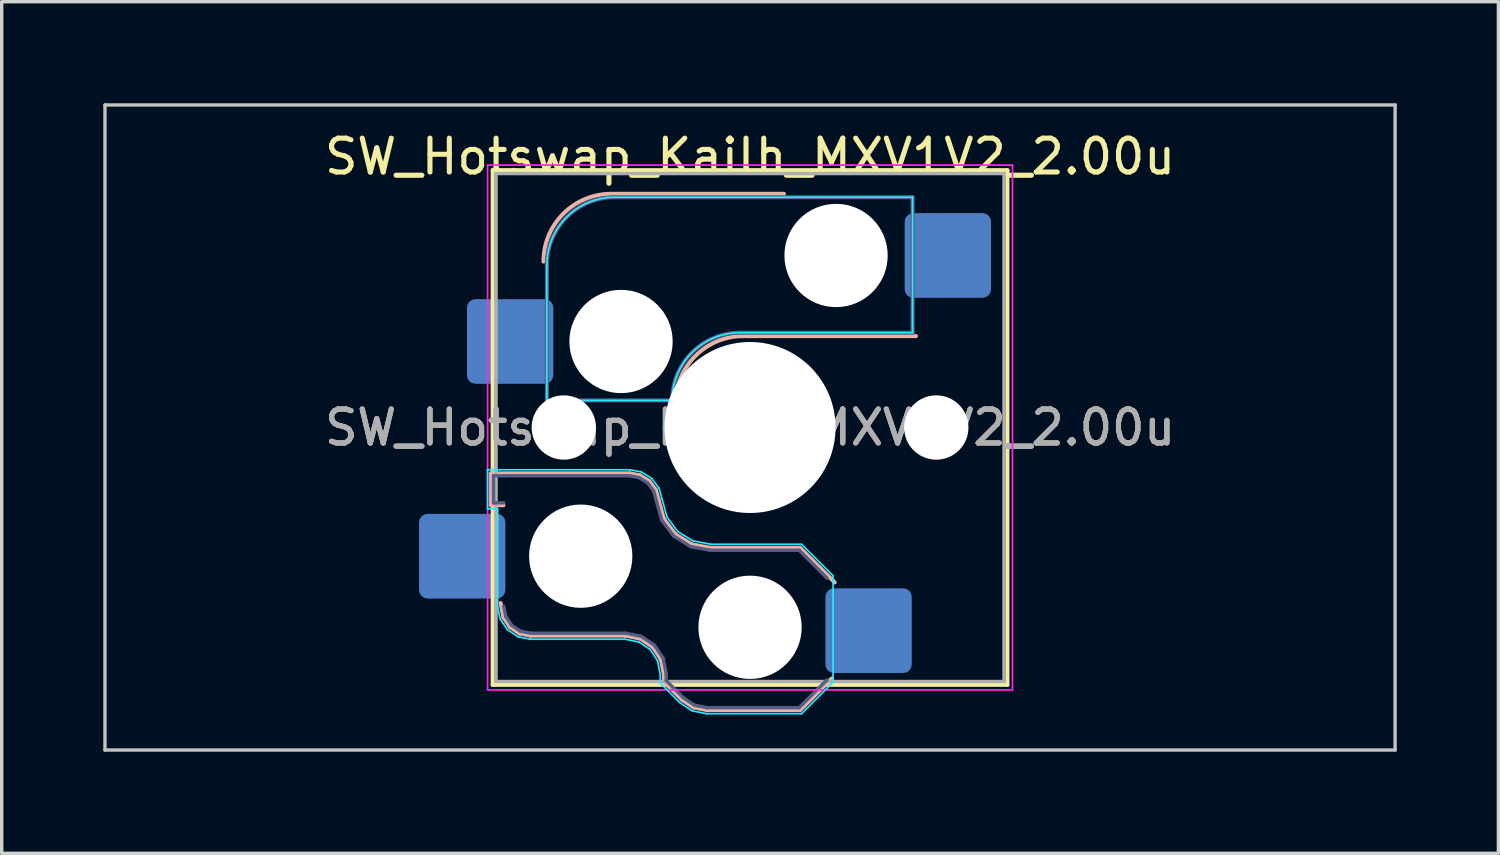
<source format=kicad_pcb>
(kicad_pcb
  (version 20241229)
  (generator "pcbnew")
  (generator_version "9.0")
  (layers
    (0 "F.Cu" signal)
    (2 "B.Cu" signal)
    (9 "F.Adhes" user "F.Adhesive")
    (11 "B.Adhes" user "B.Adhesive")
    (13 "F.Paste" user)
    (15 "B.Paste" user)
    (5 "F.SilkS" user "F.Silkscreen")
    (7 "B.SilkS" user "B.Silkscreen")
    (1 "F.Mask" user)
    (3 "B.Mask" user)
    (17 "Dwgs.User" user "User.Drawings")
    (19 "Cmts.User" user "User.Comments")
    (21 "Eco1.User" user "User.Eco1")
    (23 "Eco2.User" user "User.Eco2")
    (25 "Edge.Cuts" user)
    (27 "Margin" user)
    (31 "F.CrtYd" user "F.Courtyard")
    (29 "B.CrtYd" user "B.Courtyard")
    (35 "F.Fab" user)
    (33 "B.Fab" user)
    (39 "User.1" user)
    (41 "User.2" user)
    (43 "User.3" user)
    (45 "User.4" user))
  (footprint "SW_Hotswap_Kailh_MXV1V2_2.00u"
    (layer "F.Cu")
    (at 19.1 9.575)
    (property "Reference" "SW_Hotswap_Kailh_MXV1V2_2.00u" (at 0 -8 0) (layer "F.SilkS") (effects (font (size 1 1) (thickness 0.15))))
    (attr smd)
    (fp_line (start -7.6 -7.6) (end -7.6 7.6) (stroke (width 0.12) (type solid)) (layer "F.SilkS"))
    (fp_line (start -7.6 7.6) (end 7.6 7.6) (stroke (width 0.12) (type solid)) (layer "F.SilkS"))
    (fp_line (start 7.6 -7.6) (end -7.6 -7.6) (stroke (width 0.12) (type solid)) (layer "F.SilkS"))
    (fp_line (start 7.6 7.6) (end 7.6 -7.6) (stroke (width 0.12) (type solid)) (layer "F.SilkS"))
    (fp_line (start -7.646 1.354) (end -3.56 1.354) (stroke (width 0.12) (type solid)) (layer "B.SilkS"))
    (fp_line (start -7.646 2.296) (end -7.646 1.354) (stroke (width 0.12) (type solid)) (layer "B.SilkS"))
    (fp_line (start -7.283 2.296) (end -7.646 2.296) (stroke (width 0.12) (type solid)) (layer "B.SilkS"))
    (fp_line (start -7.281 5.609) (end -7.366 5.182) (stroke (width 0.12) (type solid)) (layer "B.SilkS"))
    (fp_line (start -7.092 5.892) (end -7.281 5.609) (stroke (width 0.12) (type solid)) (layer "B.SilkS"))
    (fp_line (start -6.809 6.081) (end -7.092 5.892) (stroke (width 0.12) (type solid)) (layer "B.SilkS"))
    (fp_line (start -6.482 6.146) (end -6.809 6.081) (stroke (width 0.12) (type solid)) (layer "B.SilkS"))
    (fp_line (start -4.1 -6.9) (end 1 -6.9) (stroke (width 0.12) (type solid)) (layer "B.SilkS"))
    (fp_line (start -3.682 6.146) (end -6.482 6.146) (stroke (width 0.12) (type solid)) (layer "B.SilkS"))
    (fp_line (start -3.56 1.354) (end -3.25 1.413) (stroke (width 0.12) (type solid)) (layer "B.SilkS"))
    (fp_line (start -3.25 1.413) (end -2.976 1.583) (stroke (width 0.12) (type solid)) (layer "B.SilkS"))
    (fp_line (start -3.244 6.233) (end -3.682 6.146) (stroke (width 0.12) (type solid)) (layer "B.SilkS"))
    (fp_line (start -2.976 1.583) (end -2.783 1.841) (stroke (width 0.12) (type solid)) (layer "B.SilkS"))
    (fp_line (start -2.877 6.477) (end -3.244 6.233) (stroke (width 0.12) (type solid)) (layer "B.SilkS"))
    (fp_line (start -2.783 1.841) (end -2.701 2.139) (stroke (width 0.12) (type solid)) (layer "B.SilkS"))
    (fp_line (start -2.701 2.139) (end -2.547 2.697) (stroke (width 0.12) (type solid)) (layer "B.SilkS"))
    (fp_line (start -2.633 6.844) (end -2.877 6.477) (stroke (width 0.12) (type solid)) (layer "B.SilkS"))
    (fp_line (start -2.547 2.697) (end -2.209 3.15) (stroke (width 0.12) (type solid)) (layer "B.SilkS"))
    (fp_line (start -2.546 7.282) (end -2.633 6.844) (stroke (width 0.12) (type solid)) (layer "B.SilkS"))
    (fp_line (start -2.546 7.504) (end -2.546 7.282) (stroke (width 0.12) (type solid)) (layer "B.SilkS"))
    (fp_line (start -2.209 3.15) (end -1.73 3.449) (stroke (width 0.12) (type solid)) (layer "B.SilkS"))
    (fp_line (start -2.013 8.037) (end -2.546 7.504) (stroke (width 0.12) (type solid)) (layer "B.SilkS"))
    (fp_line (start -1.73 3.449) (end -1.168 3.554) (stroke (width 0.12) (type solid)) (layer "B.SilkS"))
    (fp_line (start -1.671 8.266) (end -2.013 8.037) (stroke (width 0.12) (type solid)) (layer "B.SilkS"))
    (fp_line (start -1.268 8.346) (end -1.671 8.266) (stroke (width 0.12) (type solid)) (layer "B.SilkS"))
    (fp_line (start -1.168 3.554) (end 1.479 3.554) (stroke (width 0.12) (type solid)) (layer "B.SilkS"))
    (fp_line (start -0.2 -2.7) (end 4.9 -2.7) (stroke (width 0.12) (type solid)) (layer "B.SilkS"))
    (fp_line (start 1.479 3.554) (end 2.5 4.575) (stroke (width 0.12) (type solid)) (layer "B.SilkS"))
    (fp_line (start 1.479 8.346) (end -1.268 8.346) (stroke (width 0.12) (type solid)) (layer "B.SilkS"))
    (fp_line (start 2.416 7.409) (end 1.479 8.346) (stroke (width 0.12) (type solid)) (layer "B.SilkS"))
    (fp_arc (start -6.1 -4.9) (mid -5.514214 -6.314214) (end -4.1 -6.9) (stroke (width 0.12) (type solid)) (layer "B.SilkS"))
    (fp_arc (start -2.2 -0.7) (mid -1.614214 -2.114214) (end -0.2 -2.7) (stroke (width 0.12) (type solid)) (layer "B.SilkS"))
    (fp_line (start -19.05 -9.525) (end -19.05 9.525) (stroke (width 0.1) (type solid)) (layer "Dwgs.User"))
    (fp_line (start -19.05 9.525) (end 19.05 9.525) (stroke (width 0.1) (type solid)) (layer "Dwgs.User"))
    (fp_line (start 19.05 -9.525) (end -19.05 -9.525) (stroke (width 0.1) (type solid)) (layer "Dwgs.User"))
    (fp_line (start 19.05 9.525) (end 19.05 -9.525) (stroke (width 0.1) (type solid)) (layer "Dwgs.User"))
    (fp_line (start -7.752 1.248) (end -3.55 1.248) (stroke (width 0.05) (type solid)) (layer "B.CrtYd"))
    (fp_line (start -7.752 2.402) (end -7.752 1.248) (stroke (width 0.05) (type solid)) (layer "B.CrtYd"))
    (fp_line (start -7.452 2.402) (end -7.752 2.402) (stroke (width 0.05) (type solid)) (layer "B.CrtYd"))
    (fp_line (start -7.452 5.292) (end -7.452 2.402) (stroke (width 0.05) (type solid)) (layer "B.CrtYd"))
    (fp_line (start -7.381 5.65) (end -7.452 5.292) (stroke (width 0.05) (type solid)) (layer "B.CrtYd"))
    (fp_line (start -7.168 5.968) (end -7.381 5.65) (stroke (width 0.05) (type solid)) (layer "B.CrtYd"))
    (fp_line (start -6.85 6.181) (end -7.168 5.968) (stroke (width 0.05) (type solid)) (layer "B.CrtYd"))
    (fp_line (start -6.492 6.252) (end -6.85 6.181) (stroke (width 0.05) (type solid)) (layer "B.CrtYd"))
    (fp_line (start -6 -0.8) (end -6 -4.8) (stroke (width 0.05) (type solid)) (layer "B.CrtYd"))
    (fp_line (start -6 -0.8) (end -2.3 -0.8) (stroke (width 0.05) (type solid)) (layer "B.CrtYd"))
    (fp_line (start -4 -6.8) (end 4.8 -6.8) (stroke (width 0.05) (type solid)) (layer "B.CrtYd"))
    (fp_line (start -3.692 6.252) (end -6.492 6.252) (stroke (width 0.05) (type solid)) (layer "B.CrtYd"))
    (fp_line (start -3.55 1.248) (end -3.211 1.312) (stroke (width 0.05) (type solid)) (layer "B.CrtYd"))
    (fp_line (start -3.285 6.333) (end -3.692 6.252) (stroke (width 0.05) (type solid)) (layer "B.CrtYd"))
    (fp_line (start -3.211 1.312) (end -2.903 1.503) (stroke (width 0.05) (type solid)) (layer "B.CrtYd"))
    (fp_line (start -2.953 6.553) (end -3.285 6.333) (stroke (width 0.05) (type solid)) (layer "B.CrtYd"))
    (fp_line (start -2.903 1.503) (end -2.687 1.794) (stroke (width 0.05) (type solid)) (layer "B.CrtYd"))
    (fp_line (start -2.733 6.885) (end -2.953 6.553) (stroke (width 0.05) (type solid)) (layer "B.CrtYd"))
    (fp_line (start -2.687 1.794) (end -2.599 2.111) (stroke (width 0.05) (type solid)) (layer "B.CrtYd"))
    (fp_line (start -2.652 7.292) (end -2.733 6.885) (stroke (width 0.05) (type solid)) (layer "B.CrtYd"))
    (fp_line (start -2.652 7.548) (end -2.652 7.292) (stroke (width 0.05) (type solid)) (layer "B.CrtYd"))
    (fp_line (start -2.599 2.111) (end -2.45 2.65) (stroke (width 0.05) (type solid)) (layer "B.CrtYd"))
    (fp_line (start -2.45 2.65) (end -2.136 3.071) (stroke (width 0.05) (type solid)) (layer "B.CrtYd"))
    (fp_line (start -2.136 3.071) (end -1.691 3.348) (stroke (width 0.05) (type solid)) (layer "B.CrtYd"))
    (fp_line (start -2.081 8.119) (end -2.652 7.548) (stroke (width 0.05) (type solid)) (layer "B.CrtYd"))
    (fp_line (start -1.712 8.366) (end -2.081 8.119) (stroke (width 0.05) (type solid)) (layer "B.CrtYd"))
    (fp_line (start -1.691 3.348) (end -1.159 3.448) (stroke (width 0.05) (type solid)) (layer "B.CrtYd"))
    (fp_line (start -1.278 8.452) (end -1.712 8.366) (stroke (width 0.05) (type solid)) (layer "B.CrtYd"))
    (fp_line (start -1.159 3.448) (end 1.523 3.448) (stroke (width 0.05) (type solid)) (layer "B.CrtYd"))
    (fp_line (start -0.3 -2.8) (end 4.8 -2.8) (stroke (width 0.05) (type solid)) (layer "B.CrtYd"))
    (fp_line (start 1.523 3.448) (end 2.452 4.377) (stroke (width 0.05) (type solid)) (layer "B.CrtYd"))
    (fp_line (start 1.523 8.452) (end -1.278 8.452) (stroke (width 0.05) (type solid)) (layer "B.CrtYd"))
    (fp_line (start 2.452 4.377) (end 2.452 7.523) (stroke (width 0.05) (type solid)) (layer "B.CrtYd"))
    (fp_line (start 2.452 7.523) (end 1.523 8.452) (stroke (width 0.05) (type solid)) (layer "B.CrtYd"))
    (fp_line (start 4.8 -6.8) (end 4.8 -2.8) (stroke (width 0.05) (type solid)) (layer "B.CrtYd"))
    (fp_arc (start -6 -4.8) (mid -5.414214 -6.214214) (end -4 -6.8) (stroke (width 0.05) (type solid)) (layer "B.CrtYd"))
    (fp_arc (start -2.3 -0.8) (mid -1.714214 -2.214214) (end -0.3 -2.8) (stroke (width 0.05) (type solid)) (layer "B.CrtYd"))
    (fp_line (start -7.75 -7.75) (end -7.75 7.75) (stroke (width 0.05) (type solid)) (layer "F.CrtYd"))
    (fp_line (start -7.75 7.75) (end 7.75 7.75) (stroke (width 0.05) (type solid)) (layer "F.CrtYd"))
    (fp_line (start 7.75 -7.75) (end -7.75 -7.75) (stroke (width 0.05) (type solid)) (layer "F.CrtYd"))
    (fp_line (start 7.75 7.75) (end 7.75 -7.75) (stroke (width 0.05) (type solid)) (layer "F.CrtYd"))
    (fp_line (start -7.575 1.425) (end -3.567 1.425) (stroke (width 0.1) (type solid)) (layer "B.Fab"))
    (fp_line (start -7.575 2.225) (end -7.575 1.425) (stroke (width 0.1) (type solid)) (layer "B.Fab"))
    (fp_line (start -7.275 2.225) (end -7.575 2.225) (stroke (width 0.1) (type solid)) (layer "B.Fab"))
    (fp_line (start -7.214 5.581) (end -7.275 5.275) (stroke (width 0.1) (type solid)) (layer "B.Fab"))
    (fp_line (start -7.041 5.841) (end -7.214 5.581) (stroke (width 0.1) (type solid)) (layer "B.Fab"))
    (fp_line (start -6.781 6.014) (end -7.041 5.841) (stroke (width 0.1) (type solid)) (layer "B.Fab"))
    (fp_line (start -6.475 6.075) (end -6.781 6.014) (stroke (width 0.1) (type solid)) (layer "B.Fab"))
    (fp_line (start -6 -0.8) (end -6 -4.8) (stroke (width 0.12) (type solid)) (layer "B.Fab"))
    (fp_line (start -6 -0.8) (end -2.3 -0.8) (stroke (width 0.12) (type solid)) (layer "B.Fab"))
    (fp_line (start -4 -6.8) (end 4.8 -6.8) (stroke (width 0.12) (type solid)) (layer "B.Fab"))
    (fp_line (start -3.675 6.075) (end -6.475 6.075) (stroke (width 0.1) (type solid)) (layer "B.Fab"))
    (fp_line (start -3.567 1.425) (end -3.276 1.48) (stroke (width 0.1) (type solid)) (layer "B.Fab"))
    (fp_line (start -3.276 1.48) (end -3.025 1.636) (stroke (width 0.1) (type solid)) (layer "B.Fab"))
    (fp_line (start -3.216 6.166) (end -3.675 6.075) (stroke (width 0.1) (type solid)) (layer "B.Fab"))
    (fp_line (start -3.025 1.636) (end -2.848 1.873) (stroke (width 0.1) (type solid)) (layer "B.Fab"))
    (fp_line (start -2.848 1.873) (end -2.769 2.158) (stroke (width 0.1) (type solid)) (layer "B.Fab"))
    (fp_line (start -2.826 6.426) (end -3.216 6.166) (stroke (width 0.1) (type solid)) (layer "B.Fab"))
    (fp_line (start -2.769 2.158) (end -2.612 2.729) (stroke (width 0.1) (type solid)) (layer "B.Fab"))
    (fp_line (start -2.612 2.729) (end -2.258 3.203) (stroke (width 0.1) (type solid)) (layer "B.Fab"))
    (fp_line (start -2.566 6.816) (end -2.826 6.426) (stroke (width 0.1) (type solid)) (layer "B.Fab"))
    (fp_line (start -2.475 7.275) (end -2.566 6.816) (stroke (width 0.1) (type solid)) (layer "B.Fab"))
    (fp_line (start -2.475 7.475) (end -2.475 7.275) (stroke (width 0.1) (type solid)) (layer "B.Fab"))
    (fp_line (start -2.258 3.203) (end -1.756 3.516) (stroke (width 0.1) (type solid)) (layer "B.Fab"))
    (fp_line (start -1.968 7.982) (end -2.475 7.475) (stroke (width 0.1) (type solid)) (layer "B.Fab"))
    (fp_line (start -1.756 3.516) (end -1.175 3.625) (stroke (width 0.1) (type solid)) (layer "B.Fab"))
    (fp_line (start -1.643 8.199) (end -1.968 7.982) (stroke (width 0.1) (type solid)) (layer "B.Fab"))
    (fp_line (start -1.261 8.275) (end -1.643 8.199) (stroke (width 0.1) (type solid)) (layer "B.Fab"))
    (fp_line (start -1.175 3.625) (end 1.45 3.625) (stroke (width 0.1) (type solid)) (layer "B.Fab"))
    (fp_line (start -0.3 -2.8) (end 4.8 -2.8) (stroke (width 0.12) (type solid)) (layer "B.Fab"))
    (fp_line (start 1.45 3.625) (end 2.275 4.45) (stroke (width 0.1) (type solid)) (layer "B.Fab"))
    (fp_line (start 1.45 8.275) (end -1.261 8.275) (stroke (width 0.1) (type solid)) (layer "B.Fab"))
    (fp_line (start 2.275 7.45) (end 1.45 8.275) (stroke (width 0.1) (type solid)) (layer "B.Fab"))
    (fp_line (start 4.8 -6.8) (end 4.8 -2.8) (stroke (width 0.12) (type solid)) (layer "B.Fab"))
    (fp_arc (start -6 -4.8) (mid -5.414214 -6.214214) (end -4 -6.8) (stroke (width 0.12) (type solid)) (layer "B.Fab"))
    (fp_arc (start -2.3 -0.8) (mid -1.714214 -2.214214) (end -0.3 -2.8) (stroke (width 0.12) (type solid)) (layer "B.Fab"))
    (fp_line (start -7.5 -7.5) (end -7.5 7.5) (stroke (width 0.1) (type solid)) (layer "F.Fab"))
    (fp_line (start -7.5 7.5) (end 7.5 7.5) (stroke (width 0.1) (type solid)) (layer "F.Fab"))
    (fp_line (start 7.5 -7.5) (end -7.5 -7.5) (stroke (width 0.1) (type solid)) (layer "F.Fab"))
    (fp_line (start 7.5 7.5) (end 7.5 -7.5) (stroke (width 0.1) (type solid)) (layer "F.Fab"))
    (fp_text user "${REFERENCE}" (at 0 0 0) (layer "F.Fab") (effects (font (size 1 1) (thickness 0.15))))
    (fp_text user "${REFERENCE}" (at 0 0 180) (layer "F.Fab") (effects (font (size 1 1) (thickness 0.15))))
    (fp_text user "${REFERENCE}" (at 0 0 180) (layer "F.Fab") (effects (font (size 1 1) (thickness 0.15))))
    (pad "" np_thru_hole circle (at -5.5 0 180) (size 1.9 1.9) (drill 1.9) (layers "*.Cu" "*.Mask"))
    (pad "" np_thru_hole circle (at -5 3.8 180) (size 3.05 3.05) (drill 3.05) (layers "*.Cu" "*.Mask"))
    (pad "" np_thru_hole circle (at -3.81 -2.54) (size 3.05 3.05) (drill 3.05) (layers "*.Cu" "*.Mask"))
    (pad "" np_thru_hole circle (at 0 0 180) (size 5.05 5.05) (drill 5.05) (layers "*.Cu" "*.Mask"))
    (pad "" np_thru_hole circle (at 0 5.9 180) (size 3.05 3.05) (drill 3.05) (layers "*.Cu" "*.Mask"))
    (pad "" np_thru_hole circle (at 2.54 -5.08) (size 3.05 3.05) (drill 3.05) (layers "*.Cu" "*.Mask"))
    (pad "" np_thru_hole circle (at 5.5 0 180) (size 1.9 1.9) (drill 1.9) (layers "*.Cu" "*.Mask"))
    (pad "1" smd roundrect (at -7.085 -2.54) (size 2.55 2.5) (layers "B.Cu" "B.Mask" "B.Paste") (roundrect_rratio 0.1))
    (pad "1" smd roundrect (at 3.5 6 180) (size 2.55 2.5) (layers "B.Cu" "B.Mask" "B.Paste") (roundrect_rratio 0.1))
    (pad "2" smd roundrect (at -8.5 3.8 180) (size 2.55 2.5) (layers "B.Cu" "B.Mask" "B.Paste") (roundrect_rratio 0.1))
    (pad "2" smd roundrect (at 5.842 -5.08) (size 2.55 2.5) (layers "B.Cu" "B.Mask" "B.Paste") (roundrect_rratio 0.1)))
  (gr_rect
    (start -3 -3)
    (end 41.2 22.15)
    (stroke (width 0.1) (type default))
    (fill no)
    (layer "Edge.Cuts")))
</source>
